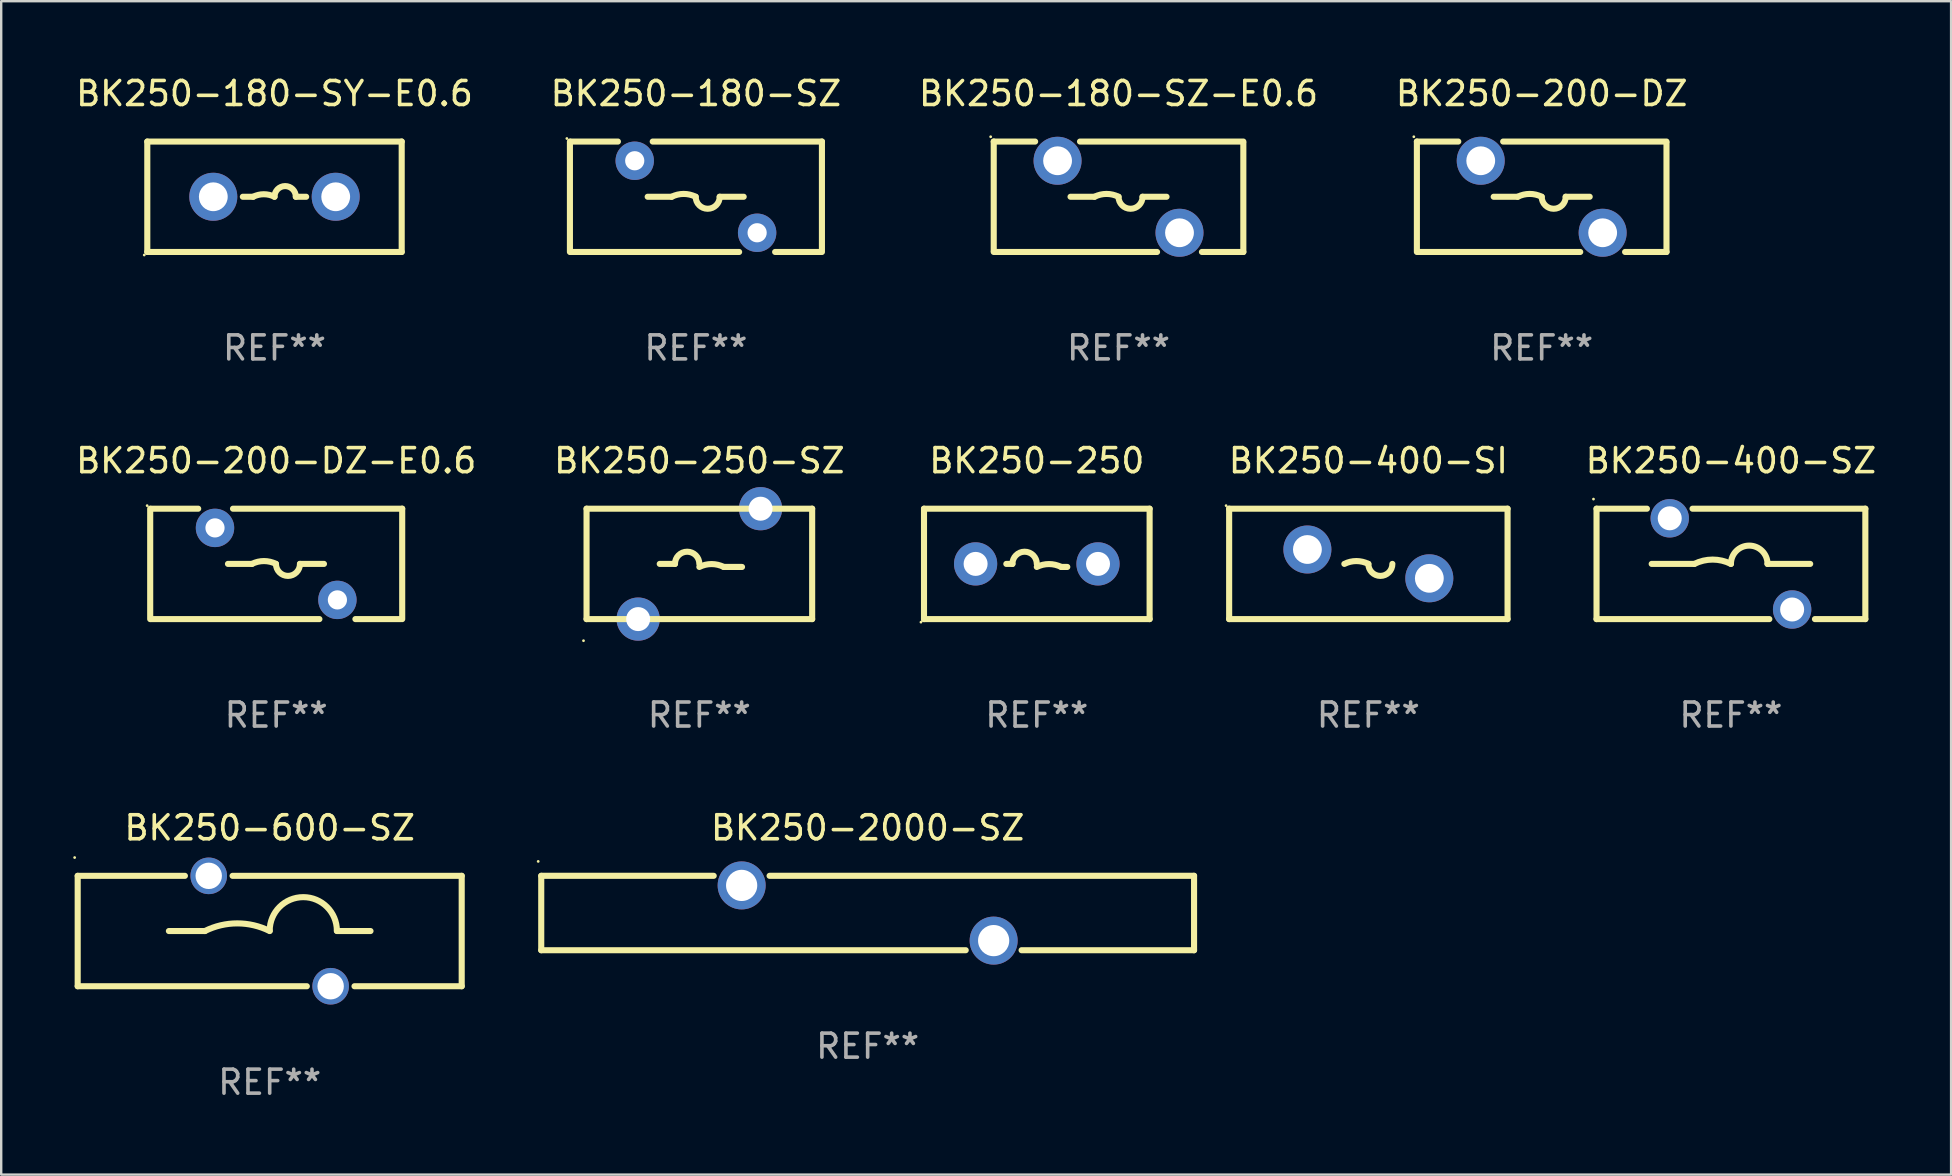
<source format=kicad_pcb>
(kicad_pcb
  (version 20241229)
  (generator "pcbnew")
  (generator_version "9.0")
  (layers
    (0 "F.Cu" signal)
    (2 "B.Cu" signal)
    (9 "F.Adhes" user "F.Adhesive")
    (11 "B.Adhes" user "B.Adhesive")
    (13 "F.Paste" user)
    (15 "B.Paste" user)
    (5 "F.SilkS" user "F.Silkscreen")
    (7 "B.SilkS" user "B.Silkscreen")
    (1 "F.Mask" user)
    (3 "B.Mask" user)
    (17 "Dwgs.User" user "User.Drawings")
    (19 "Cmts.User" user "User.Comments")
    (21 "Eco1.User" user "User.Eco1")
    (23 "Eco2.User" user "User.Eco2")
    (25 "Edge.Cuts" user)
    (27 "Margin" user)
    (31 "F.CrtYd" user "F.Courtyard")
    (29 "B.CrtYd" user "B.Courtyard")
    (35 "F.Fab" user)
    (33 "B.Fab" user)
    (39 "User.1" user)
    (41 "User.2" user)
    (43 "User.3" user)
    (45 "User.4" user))
  (footprint "BK250-600-SZ"
    (layer "F.Cu")
    (at 8.187 35.742)
    (property "Reference" "BK250-600-SZ" (at 0 -4.3 0) (layer "F.SilkS") (effects (font (size 1 1) (thickness 0.15))))
    (attr through_hole)
    (fp_line (start -8 -2.3) (end -8 2.3) (stroke (width 0.254) (type solid)) (layer "F.SilkS"))
    (fp_line (start -8 -2.3) (end -3.533 -2.3) (stroke (width 0.254) (type solid)) (layer "F.SilkS"))
    (fp_line (start -2.7 -0.000127) (end -4.2 -0.000127) (stroke (width 0.254) (type solid)) (layer "F.SilkS"))
    (fp_line (start -1.547 -2.3) (end 8 -2.3) (stroke (width 0.254) (type solid)) (layer "F.SilkS"))
    (fp_line (start 1.547 2.3) (end -8 2.3) (stroke (width 0.254) (type solid)) (layer "F.SilkS"))
    (fp_line (start 2.8 -0.000127) (end 4.2 -0.000127) (stroke (width 0.254) (type solid)) (layer "F.SilkS"))
    (fp_line (start 8 2.3) (end 3.533 2.3) (stroke (width 0.254) (type solid)) (layer "F.SilkS"))
    (fp_line (start 8 2.3) (end 8 -2.3) (stroke (width 0.254) (type solid)) (layer "F.SilkS"))
    (fp_arc (start -2.700025 -0.000127) (mid -1.350013 -0.318821) (end 0 -0.000127) (stroke (width 0.254001) (type solid)) (layer "F.SilkS"))
    (fp_arc (start 0 -0.012827) (mid 1.399543 -1.411862) (end 2.799086 -0.012827) (stroke (width 0.254001) (type solid)) (layer "F.SilkS"))
    (fp_circle (center -8.127 -3.062) (end -8.097 -3.062) (stroke (width 0.06) (type solid)) (fill no) (layer "F.SilkS"))
    (fp_text user "REF**" (at 0 6.3 0) (layer "F.Fab") (effects (font (size 1 1) (thickness 0.15))))
    (pad "1" thru_hole circle (at -2.54 -2.3) (size 1.524 1.524) (drill 1.1) (layers "*.Cu" "*.Mask"))
    (pad "2" thru_hole circle (at 2.54 2.3) (size 1.524 1.524) (drill 1.1) (layers "*.Cu" "*.Mask")))
  (footprint "BK250-250-SZ"
    (layer "F.Cu")
    (at 26.089 20.445)
    (property "Reference" "BK250-250-SZ" (at 0 -4.3 0) (layer "F.SilkS") (effects (font (size 1 1) (thickness 0.15))))
    (attr through_hole)
    (fp_line (start -4.7 -2.3) (end -4.7 2.3) (stroke (width 0.254) (type solid)) (layer "F.SilkS"))
    (fp_line (start -4.7 -2.3) (end 4.7 -2.3) (stroke (width 0.254) (type solid)) (layer "F.SilkS"))
    (fp_line (start -4.7 2.3) (end 4.7 2.3) (stroke (width 0.254) (type solid)) (layer "F.SilkS"))
    (fp_line (start -1.016 0) (end -1.651 0) (stroke (width 0.254) (type solid)) (layer "F.SilkS"))
    (fp_line (start 1.016 0.127) (end 1.778 0.127) (stroke (width 0.254) (type solid)) (layer "F.SilkS"))
    (fp_line (start 4.7 -2.3) (end 4.7 2.3) (stroke (width 0.254) (type solid)) (layer "F.SilkS"))
    (fp_arc (start -1.016002 0) (mid -0.508001 -0.508001) (end 0 0) (stroke (width 0.254001) (type solid)) (layer "F.SilkS"))
    (fp_arc (start 0 0.127) (mid 0.508001 0.007077) (end 1.016002 0.127) (stroke (width 0.254001) (type solid)) (layer "F.SilkS"))
    (fp_circle (center -4.827 3.2) (end -4.797 3.2) (stroke (width 0.06) (type solid)) (fill no) (layer "F.SilkS"))
    (fp_text user "REF**" (at 0 6.3 0) (layer "F.Fab") (effects (font (size 1 1) (thickness 0.15))))
    (pad "1" thru_hole circle (at -2.55 2.3) (size 1.8 1.8) (drill 1) (layers "*.Cu" "*.Mask"))
    (pad "2" thru_hole circle (at 2.55 -2.3) (size 1.8 1.8) (drill 1) (layers "*.Cu" "*.Mask")))
  (footprint "BK250-200-DZ-E0.6"
    (layer "F.Cu")
    (at 8.458 20.445)
    (property "Reference" "BK250-200-DZ-E0.6" (at 0 -4.3 0) (layer "F.SilkS") (effects (font (size 1 1) (thickness 0.15))))
    (attr through_hole)
    (fp_line (start -5.25 -2.3) (end -5.25 2.3) (stroke (width 0.254) (type solid)) (layer "F.SilkS"))
    (fp_line (start -5.21 -2.3) (end -3.25 -2.3) (stroke (width 0.254) (type solid)) (layer "F.SilkS"))
    (fp_line (start -1.8 -2.3) (end 5.25 -2.3) (stroke (width 0.254) (type solid)) (layer "F.SilkS"))
    (fp_line (start -1.01 -0.000064) (end -2.01 -0.000064) (stroke (width 0.254) (type solid)) (layer "F.SilkS"))
    (fp_line (start 0.99 -0.000064) (end 1.99 -0.000064) (stroke (width 0.254) (type solid)) (layer "F.SilkS"))
    (fp_line (start 1.8 2.3) (end -5.21 2.3) (stroke (width 0.254) (type solid)) (layer "F.SilkS"))
    (fp_line (start 5.19 2.3) (end 3.3 2.3) (stroke (width 0.254) (type solid)) (layer "F.SilkS"))
    (fp_line (start 5.25 -2.3) (end 5.25 2.3) (stroke (width 0.254) (type solid)) (layer "F.SilkS"))
    (fp_arc (start -1.010008 -0.000064) (mid -0.510008 -0.118084) (end -0.010007 -0.000064) (stroke (width 0.254001) (type solid)) (layer "F.SilkS"))
    (fp_arc (start 0.990754 -0.000064) (mid 0.490373 0.500063) (end -0.010008 -0.000064) (stroke (width 0.254001) (type solid)) (layer "F.SilkS"))
    (fp_circle (center -5.377 -2.427) (end -5.347 -2.427) (stroke (width 0.06) (type solid)) (fill no) (layer "F.SilkS"))
    (fp_text user "REF**" (at 0 6.3 0) (layer "F.Fab") (effects (font (size 1 1) (thickness 0.15))))
    (pad "1" thru_hole circle (at -2.55 -1.5) (size 1.6 1.6) (drill 0.8) (layers "*.Cu" "*.Mask"))
    (pad "2" thru_hole circle (at 2.55 1.5) (size 1.6 1.6) (drill 0.8) (layers "*.Cu" "*.Mask")))
  (footprint "BK250-180-SY-E0.6"
    (layer "F.Cu")
    (at 8.387 5.148)
    (property "Reference" "BK250-180-SY-E0.6" (at 0 -4.3 0) (layer "F.SilkS") (effects (font (size 1 1) (thickness 0.15))))
    (attr through_hole)
    (fp_line (start -5.3 -2.3) (end 5.3 -2.3) (stroke (width 0.254) (type solid)) (layer "F.SilkS"))
    (fp_line (start -5.3 2.3) (end -5.3 -2.3) (stroke (width 0.254) (type solid)) (layer "F.SilkS"))
    (fp_line (start -1.319 0) (end -0.889 0) (stroke (width 0.254) (type solid)) (layer "F.SilkS"))
    (fp_line (start 1.319 0) (end 0.889 0) (stroke (width 0.254) (type solid)) (layer "F.SilkS"))
    (fp_line (start 5.3 -2.3) (end 5.3 2.3) (stroke (width 0.254) (type solid)) (layer "F.SilkS"))
    (fp_line (start 5.3 2.3) (end -5.3 2.3) (stroke (width 0.254) (type solid)) (layer "F.SilkS"))
    (fp_arc (start -0.889002 0) (mid -0.444501 -0.104932) (end 0 0) (stroke (width 0.254001) (type solid)) (layer "F.SilkS"))
    (fp_arc (start 0 0) (mid 0.444501 -0.444501) (end 0.889002 0) (stroke (width 0.254001) (type solid)) (layer "F.SilkS"))
    (fp_circle (center -5.427 2.427) (end -5.397 2.427) (stroke (width 0.06) (type solid)) (fill no) (layer "F.SilkS"))
    (fp_text user "REF**" (at 0 6.3 0) (layer "F.Fab") (effects (font (size 1 1) (thickness 0.15))))
    (pad "1" thru_hole circle (at -2.55 0) (size 2 2) (drill 1.2) (layers "*.Cu" "*.Mask"))
    (pad "2" thru_hole circle (at 2.55 0) (size 2 2) (drill 1.2) (layers "*.Cu" "*.Mask")))
  (footprint "BK250-200-DZ"
    (layer "F.Cu")
    (at 61.185 5.148)
    (property "Reference" "BK250-200-DZ" (at 0 -4.3 0) (layer "F.SilkS") (effects (font (size 1 1) (thickness 0.15))))
    (attr through_hole)
    (fp_line (start -5.2 -2.3) (end -5.2 2.25) (stroke (width 0.254) (type solid)) (layer "F.SilkS"))
    (fp_line (start -5.2 -2.3) (end -3.475 -2.3) (stroke (width 0.254) (type solid)) (layer "F.SilkS"))
    (fp_line (start -1.605 -2.3) (end 5.2 -2.3) (stroke (width 0.254) (type solid)) (layer "F.SilkS"))
    (fp_line (start -1 0) (end -2 0) (stroke (width 0.254) (type solid)) (layer "F.SilkS"))
    (fp_line (start 1 0) (end 2 0) (stroke (width 0.254) (type solid)) (layer "F.SilkS"))
    (fp_line (start 1.605 2.3) (end -5.2 2.3) (stroke (width 0.254) (type solid)) (layer "F.SilkS"))
    (fp_line (start 5.2 -2.25) (end 5.2 2.3) (stroke (width 0.254) (type solid)) (layer "F.SilkS"))
    (fp_line (start 5.2 2.3) (end 3.475 2.3) (stroke (width 0.254) (type solid)) (layer "F.SilkS"))
    (fp_arc (start -1 0) (mid -0.5 -0.118021) (end 0 0) (stroke (width 0.254001) (type solid)) (layer "F.SilkS"))
    (fp_arc (start 1.000762 0) (mid 0.500381 0.500127) (end 0 0) (stroke (width 0.254001) (type solid)) (layer "F.SilkS"))
    (fp_circle (center -5.327 -2.5) (end -5.297 -2.5) (stroke (width 0.06) (type solid)) (fill no) (layer "F.SilkS"))
    (fp_text user "REF**" (at 0 6.3 0) (layer "F.Fab") (effects (font (size 1 1) (thickness 0.15))))
    (pad "1" thru_hole circle (at -2.54 -1.5) (size 2 2) (drill 1.2) (layers "*.Cu" "*.Mask"))
    (pad "2" thru_hole circle (at 2.54 1.5) (size 2 2) (drill 1.2) (layers "*.Cu" "*.Mask")))
  (footprint "BK250-250"
    (layer "F.Cu")
    (at 40.149 20.445)
    (property "Reference" "BK250-250" (at 0 -4.3 0) (layer "F.SilkS") (effects (font (size 1 1) (thickness 0.15))))
    (attr through_hole)
    (fp_line (start -4.7 -2.3) (end -4.7 2.3) (stroke (width 0.254) (type solid)) (layer "F.SilkS"))
    (fp_line (start -4.7 -2.3) (end 4.7 -2.3) (stroke (width 0.254) (type solid)) (layer "F.SilkS"))
    (fp_line (start -4.7 2.3) (end 4.7 2.3) (stroke (width 0.254) (type solid)) (layer "F.SilkS"))
    (fp_line (start -1.016 0) (end -1.27 0) (stroke (width 0.254) (type solid)) (layer "F.SilkS"))
    (fp_line (start 1.016 0.127) (end 1.27 0.127) (stroke (width 0.254) (type solid)) (layer "F.SilkS"))
    (fp_line (start 4.7 -2.3) (end 4.7 2.3) (stroke (width 0.254) (type solid)) (layer "F.SilkS"))
    (fp_arc (start -1.016002 0) (mid -0.508001 -0.508001) (end 0 0) (stroke (width 0.254001) (type solid)) (layer "F.SilkS"))
    (fp_arc (start 0 0.127) (mid 0.508001 0.007077) (end 1.016002 0.127) (stroke (width 0.254001) (type solid)) (layer "F.SilkS"))
    (fp_circle (center -4.827 2.427) (end -4.797 2.427) (stroke (width 0.06) (type solid)) (fill no) (layer "F.SilkS"))
    (fp_text user "REF**" (at 0 6.3 0) (layer "F.Fab") (effects (font (size 1 1) (thickness 0.15))))
    (pad "1" thru_hole circle (at -2.55 0) (size 1.8 1.8) (drill 1) (layers "*.Cu" "*.Mask"))
    (pad "2" thru_hole circle (at 2.55 0) (size 1.8 1.8) (drill 1) (layers "*.Cu" "*.Mask")))
  (footprint "BK250-180-SZ"
    (layer "F.Cu")
    (at 25.946 5.148)
    (property "Reference" "BK250-180-SZ" (at 0 -4.3 0) (layer "F.SilkS") (effects (font (size 1 1) (thickness 0.15))))
    (attr through_hole)
    (fp_line (start -5.25 -2.3) (end -5.25 2.3) (stroke (width 0.254) (type solid)) (layer "F.SilkS"))
    (fp_line (start -5.21 -2.3) (end -3.25 -2.3) (stroke (width 0.254) (type solid)) (layer "F.SilkS"))
    (fp_line (start -1.8 -2.3) (end 5.25 -2.3) (stroke (width 0.254) (type solid)) (layer "F.SilkS"))
    (fp_line (start -1.01 -0.000064) (end -2.01 -0.000064) (stroke (width 0.254) (type solid)) (layer "F.SilkS"))
    (fp_line (start 0.99 -0.000064) (end 1.99 -0.000064) (stroke (width 0.254) (type solid)) (layer "F.SilkS"))
    (fp_line (start 1.8 2.3) (end -5.21 2.3) (stroke (width 0.254) (type solid)) (layer "F.SilkS"))
    (fp_line (start 5.19 2.3) (end 3.3 2.3) (stroke (width 0.254) (type solid)) (layer "F.SilkS"))
    (fp_line (start 5.25 -2.3) (end 5.25 2.3) (stroke (width 0.254) (type solid)) (layer "F.SilkS"))
    (fp_arc (start -1.010008 -0.000064) (mid -0.510008 -0.118084) (end -0.010007 -0.000064) (stroke (width 0.254001) (type solid)) (layer "F.SilkS"))
    (fp_arc (start 0.990754 -0.000064) (mid 0.490373 0.500063) (end -0.010008 -0.000064) (stroke (width 0.254001) (type solid)) (layer "F.SilkS"))
    (fp_circle (center -5.377 -2.427) (end -5.347 -2.427) (stroke (width 0.06) (type solid)) (fill no) (layer "F.SilkS"))
    (fp_text user "REF**" (at 0 6.3 0) (layer "F.Fab") (effects (font (size 1 1) (thickness 0.15))))
    (pad "1" thru_hole circle (at -2.55 -1.5) (size 1.6 1.6) (drill 0.8) (layers "*.Cu" "*.Mask"))
    (pad "2" thru_hole circle (at 2.55 1.5) (size 1.6 1.6) (drill 0.8) (layers "*.Cu" "*.Mask")))
  (footprint "BK250-180-SZ-E0.6"
    (layer "F.Cu")
    (at 43.554 5.148)
    (property "Reference" "BK250-180-SZ-E0.6" (at 0 -4.3 0) (layer "F.SilkS") (effects (font (size 1 1) (thickness 0.15))))
    (attr through_hole)
    (fp_line (start -5.2 -2.3) (end -5.2 2.25) (stroke (width 0.254) (type solid)) (layer "F.SilkS"))
    (fp_line (start -5.2 -2.3) (end -3.475 -2.3) (stroke (width 0.254) (type solid)) (layer "F.SilkS"))
    (fp_line (start -1.605 -2.3) (end 5.2 -2.3) (stroke (width 0.254) (type solid)) (layer "F.SilkS"))
    (fp_line (start -1 0) (end -2 0) (stroke (width 0.254) (type solid)) (layer "F.SilkS"))
    (fp_line (start 1 0) (end 2 0) (stroke (width 0.254) (type solid)) (layer "F.SilkS"))
    (fp_line (start 1.605 2.3) (end -5.2 2.3) (stroke (width 0.254) (type solid)) (layer "F.SilkS"))
    (fp_line (start 5.2 -2.25) (end 5.2 2.3) (stroke (width 0.254) (type solid)) (layer "F.SilkS"))
    (fp_line (start 5.2 2.3) (end 3.475 2.3) (stroke (width 0.254) (type solid)) (layer "F.SilkS"))
    (fp_arc (start -1 0) (mid -0.5 -0.118021) (end 0 0) (stroke (width 0.254001) (type solid)) (layer "F.SilkS"))
    (fp_arc (start 1.000762 0) (mid 0.500381 0.500127) (end 0 0) (stroke (width 0.254001) (type solid)) (layer "F.SilkS"))
    (fp_circle (center -5.327 -2.5) (end -5.297 -2.5) (stroke (width 0.06) (type solid)) (fill no) (layer "F.SilkS"))
    (fp_text user "REF**" (at 0 6.3 0) (layer "F.Fab") (effects (font (size 1 1) (thickness 0.15))))
    (pad "1" thru_hole circle (at -2.54 -1.5) (size 2 2) (drill 1.2) (layers "*.Cu" "*.Mask"))
    (pad "2" thru_hole circle (at 2.54 1.5) (size 2 2) (drill 1.2) (layers "*.Cu" "*.Mask")))
  (footprint "BK250-400-SI"
    (layer "F.Cu")
    (at 53.963 20.445)
    (property "Reference" "BK250-400-SI" (at 0 -4.3 0) (layer "F.SilkS") (effects (font (size 1 1) (thickness 0.15))))
    (attr through_hole)
    (fp_line (start -5.8 -2.3) (end -5.8 2.3) (stroke (width 0.254) (type solid)) (layer "F.SilkS"))
    (fp_line (start -5.8 -2.3) (end 5.8 -2.3) (stroke (width 0.254) (type solid)) (layer "F.SilkS"))
    (fp_line (start -5.8 2.3) (end 5.8 2.3) (stroke (width 0.254) (type solid)) (layer "F.SilkS"))
    (fp_line (start 5.8 -2.3) (end 5.8 2.3) (stroke (width 0.254) (type solid)) (layer "F.SilkS"))
    (fp_arc (start -1 0) (mid -0.5 -0.118021) (end 0 0) (stroke (width 0.254001) (type solid)) (layer "F.SilkS"))
    (fp_arc (start 1.000762 0) (mid 0.500381 0.500127) (end 0 0) (stroke (width 0.254001) (type solid)) (layer "F.SilkS"))
    (fp_circle (center -5.927 -2.427) (end -5.897 -2.427) (stroke (width 0.06) (type solid)) (fill no) (layer "F.SilkS"))
    (fp_text user "REF**" (at 0 6.3 0) (layer "F.Fab") (effects (font (size 1 1) (thickness 0.15))))
    (pad "1" thru_hole circle (at -2.54 -0.6) (size 2 2) (drill 1.2) (layers "*.Cu" "*.Mask"))
    (pad "2" thru_hole circle (at 2.54 0.6) (size 2 2) (drill 1.2) (layers "*.Cu" "*.Mask")))
  (footprint "BK250-400-SZ"
    (layer "F.Cu")
    (at 69.07 20.445)
    (property "Reference" "BK250-400-SZ" (at 0 -4.3 0) (layer "F.SilkS") (effects (font (size 1 1) (thickness 0.15))))
    (attr through_hole)
    (fp_line (start -5.6 -2.3) (end -5.6 2.3) (stroke (width 0.254) (type solid)) (layer "F.SilkS"))
    (fp_line (start -5.6 -2.3) (end -3.5 -2.3) (stroke (width 0.254) (type solid)) (layer "F.SilkS"))
    (fp_line (start -5.6 2.3) (end 1.6 2.3) (stroke (width 0.254) (type solid)) (layer "F.SilkS"))
    (fp_line (start -3.302 0) (end -1.524 0) (stroke (width 0.254) (type solid)) (layer "F.SilkS"))
    (fp_line (start -1.6 -2.3) (end 5.6 -2.3) (stroke (width 0.254) (type solid)) (layer "F.SilkS"))
    (fp_line (start 3.302 0) (end 1.524 0) (stroke (width 0.254) (type solid)) (layer "F.SilkS"))
    (fp_line (start 3.5 2.3) (end 5.6 2.3) (stroke (width 0.254) (type solid)) (layer "F.SilkS"))
    (fp_line (start 5.6 -2.3) (end 5.6 2.3) (stroke (width 0.254) (type solid)) (layer "F.SilkS"))
    (fp_arc (start -1.524003 0) (mid -0.762002 -0.179884) (end 0 0) (stroke (width 0.254001) (type solid)) (layer "F.SilkS"))
    (fp_arc (start 0.000001 0) (mid 0.762002 -0.762001) (end 1.524003 0) (stroke (width 0.254001) (type solid)) (layer "F.SilkS"))
    (fp_circle (center -5.727 -2.7) (end -5.697 -2.7) (stroke (width 0.06) (type solid)) (fill no) (layer "F.SilkS"))
    (fp_text user "REF**" (at 0 6.3 0) (layer "F.Fab") (effects (font (size 1 1) (thickness 0.15))))
    (pad "1" thru_hole circle (at -2.55 -1.9) (size 1.6 1.6) (drill 1) (layers "*.Cu" "*.Mask"))
    (pad "2" thru_hole circle (at 2.55 1.9) (size 1.6 1.6) (drill 1) (layers "*.Cu" "*.Mask")))
  (footprint "BK250-2000-SZ"
    (layer "F.Cu")
    (at 33.101 34.991)
    (property "Reference" "BK250-2000-SZ" (at 0 -3.55 0) (layer "F.SilkS") (effects (font (size 1 1) (thickness 0.15))))
    (attr through_hole)
    (fp_line (start -13.6 -1.55) (end -6.414 -1.55) (stroke (width 0.254) (type solid)) (layer "F.SilkS"))
    (fp_line (start -13.6 1.55) (end -13.6 -1.55) (stroke (width 0.254) (type solid)) (layer "F.SilkS"))
    (fp_line (start -13.6 1.55) (end 4.086 1.55) (stroke (width 0.254) (type solid)) (layer "F.SilkS"))
    (fp_line (start -4.086 -1.55) (end 13.6 -1.55) (stroke (width 0.254) (type solid)) (layer "F.SilkS"))
    (fp_line (start 6.414 1.55) (end 13.6 1.55) (stroke (width 0.254) (type solid)) (layer "F.SilkS"))
    (fp_line (start 13.6 -1.55) (end 13.6 1.55) (stroke (width 0.254) (type solid)) (layer "F.SilkS"))
    (fp_circle (center -13.727 -2.15) (end -13.697 -2.15) (stroke (width 0.06) (type solid)) (fill no) (layer "F.SilkS"))
    (fp_text user "REF**" (at 0 5.55 0) (layer "F.Fab") (effects (font (size 1 1) (thickness 0.15))))
    (pad "1" thru_hole circle (at -5.25 -1.15) (size 2 2) (drill 1.3) (layers "*.Cu" "*.Mask"))
    (pad "2" thru_hole circle (at 5.25 1.15) (size 2 2) (drill 1.3) (layers "*.Cu" "*.Mask")))
  (gr_rect
    (start -3 -3)
    (end 78.243 45.89)
    (stroke (width 0.1) (type default))
    (fill no)
    (layer "Edge.Cuts")))
</source>
